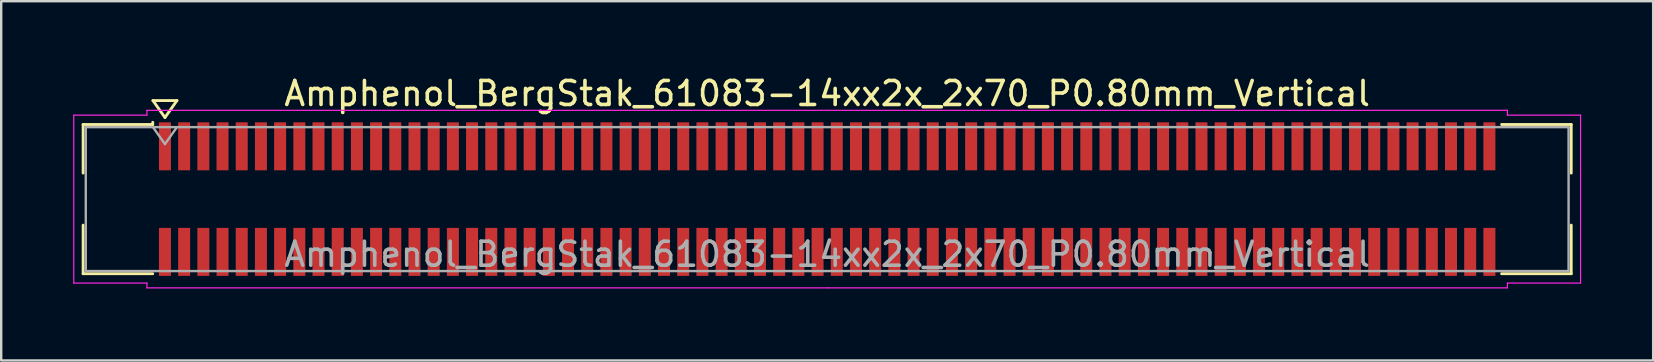
<source format=kicad_pcb>
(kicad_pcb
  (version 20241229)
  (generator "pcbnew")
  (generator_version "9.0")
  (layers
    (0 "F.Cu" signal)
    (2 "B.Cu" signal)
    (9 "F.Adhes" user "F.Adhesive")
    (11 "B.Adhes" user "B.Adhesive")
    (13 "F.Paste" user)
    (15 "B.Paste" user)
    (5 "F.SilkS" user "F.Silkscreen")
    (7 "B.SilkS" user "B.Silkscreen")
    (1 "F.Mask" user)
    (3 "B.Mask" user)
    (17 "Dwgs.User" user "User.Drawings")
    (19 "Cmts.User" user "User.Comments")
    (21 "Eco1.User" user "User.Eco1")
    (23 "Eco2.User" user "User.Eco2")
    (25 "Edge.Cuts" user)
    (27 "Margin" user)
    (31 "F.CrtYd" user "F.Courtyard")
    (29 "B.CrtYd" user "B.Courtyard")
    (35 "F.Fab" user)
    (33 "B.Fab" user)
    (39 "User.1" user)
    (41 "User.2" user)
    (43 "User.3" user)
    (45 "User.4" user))
  (footprint "Amphenol_BergStak_61083-14xx2x_2x70_P0.80mm_Vertical"
    (layer "F.Cu")
    (at 31.425 5.248)
    (property "Reference" "Amphenol_BergStak_61083-14xx2x_2x70_P0.80mm_Vertical" (at 0 -4.4 0) (layer "F.SilkS") (effects (font (size 1 1) (thickness 0.15))))
    (attr smd)
    (fp_line (start -31.01 -3.11) (end -28.11 -3.11) (stroke (width 0.12) (type solid)) (layer "F.SilkS"))
    (fp_line (start -31.01 -1.085) (end -31.01 -3.11) (stroke (width 0.12) (type solid)) (layer "F.SilkS"))
    (fp_line (start -31.01 1.085) (end -31.01 3.11) (stroke (width 0.12) (type solid)) (layer "F.SilkS"))
    (fp_line (start -31.01 3.11) (end -28.11 3.11) (stroke (width 0.12) (type solid)) (layer "F.SilkS"))
    (fp_line (start -28.11 -3.11) (end -28.11 -3.2) (stroke (width 0.12) (type solid)) (layer "F.SilkS"))
    (fp_line (start -28.1 -4.107) (end -27.6 -3.4) (stroke (width 0.12) (type solid)) (layer "F.SilkS"))
    (fp_line (start -27.6 -3.4) (end -27.1 -4.107) (stroke (width 0.12) (type solid)) (layer "F.SilkS"))
    (fp_line (start -27.1 -4.107) (end -28.1 -4.107) (stroke (width 0.12) (type solid)) (layer "F.SilkS"))
    (fp_line (start 31.01 -3.11) (end 28.11 -3.11) (stroke (width 0.12) (type solid)) (layer "F.SilkS"))
    (fp_line (start 31.01 -1.085) (end 31.01 -3.11) (stroke (width 0.12) (type solid)) (layer "F.SilkS"))
    (fp_line (start 31.01 1.085) (end 31.01 3.11) (stroke (width 0.12) (type solid)) (layer "F.SilkS"))
    (fp_line (start 31.01 3.11) (end 28.11 3.11) (stroke (width 0.12) (type solid)) (layer "F.SilkS"))
    (fp_line (start -31.4 -3.5) (end -31.4 3.5) (stroke (width 0.05) (type solid)) (layer "F.CrtYd"))
    (fp_line (start -31.4 3.5) (end -28.35 3.5) (stroke (width 0.05) (type solid)) (layer "F.CrtYd"))
    (fp_line (start -28.35 -3.7) (end -28.35 -3.5) (stroke (width 0.05) (type solid)) (layer "F.CrtYd"))
    (fp_line (start -28.35 -3.5) (end -31.4 -3.5) (stroke (width 0.05) (type solid)) (layer "F.CrtYd"))
    (fp_line (start -28.35 3.5) (end -28.35 3.7) (stroke (width 0.05) (type solid)) (layer "F.CrtYd"))
    (fp_line (start -28.35 3.7) (end 0 3.7) (stroke (width 0.05) (type solid)) (layer "F.CrtYd"))
    (fp_line (start 0 -3.7) (end -28.35 -3.7) (stroke (width 0.05) (type solid)) (layer "F.CrtYd"))
    (fp_line (start 0 -3.7) (end 28.35 -3.7) (stroke (width 0.05) (type solid)) (layer "F.CrtYd"))
    (fp_line (start 28.35 -3.7) (end 28.35 -3.5) (stroke (width 0.05) (type solid)) (layer "F.CrtYd"))
    (fp_line (start 28.35 -3.5) (end 31.4 -3.5) (stroke (width 0.05) (type solid)) (layer "F.CrtYd"))
    (fp_line (start 28.35 3.5) (end 28.35 3.7) (stroke (width 0.05) (type solid)) (layer "F.CrtYd"))
    (fp_line (start 28.35 3.7) (end 0 3.7) (stroke (width 0.05) (type solid)) (layer "F.CrtYd"))
    (fp_line (start 31.4 -3.5) (end 31.4 3.5) (stroke (width 0.05) (type solid)) (layer "F.CrtYd"))
    (fp_line (start 31.4 3.5) (end 28.35 3.5) (stroke (width 0.05) (type solid)) (layer "F.CrtYd"))
    (fp_line (start -30.9 -3) (end -30.9 3) (stroke (width 0.1) (type solid)) (layer "F.Fab"))
    (fp_line (start -30.9 3) (end 30.9 3) (stroke (width 0.1) (type solid)) (layer "F.Fab"))
    (fp_line (start -28.1 -3) (end -27.6 -2.293) (stroke (width 0.1) (type solid)) (layer "F.Fab"))
    (fp_line (start -27.6 -2.293) (end -27.1 -3) (stroke (width 0.1) (type solid)) (layer "F.Fab"))
    (fp_line (start 30.9 -3) (end -30.9 -3) (stroke (width 0.1) (type solid)) (layer "F.Fab"))
    (fp_line (start 30.9 3) (end 30.9 -3) (stroke (width 0.1) (type solid)) (layer "F.Fab"))
    (fp_text user "${REFERENCE}" (at 0 2.3 0) (layer "F.Fab") (effects (font (size 1 1) (thickness 0.15))))
    (pad "1" smd rect (at -27.6 -2.2) (size 0.5 2) (layers "F.Cu" "F.Mask" "F.Paste"))
    (pad "2" smd rect (at -27.6 2.2) (size 0.5 2) (layers "F.Cu" "F.Mask" "F.Paste"))
    (pad "3" smd rect (at -26.8 -2.2) (size 0.5 2) (layers "F.Cu" "F.Mask" "F.Paste"))
    (pad "4" smd rect (at -26.8 2.2) (size 0.5 2) (layers "F.Cu" "F.Mask" "F.Paste"))
    (pad "5" smd rect (at -26 -2.2) (size 0.5 2) (layers "F.Cu" "F.Mask" "F.Paste"))
    (pad "6" smd rect (at -26 2.2) (size 0.5 2) (layers "F.Cu" "F.Mask" "F.Paste"))
    (pad "7" smd rect (at -25.2 -2.2) (size 0.5 2) (layers "F.Cu" "F.Mask" "F.Paste"))
    (pad "8" smd rect (at -25.2 2.2) (size 0.5 2) (layers "F.Cu" "F.Mask" "F.Paste"))
    (pad "9" smd rect (at -24.4 -2.2) (size 0.5 2) (layers "F.Cu" "F.Mask" "F.Paste"))
    (pad "10" smd rect (at -24.4 2.2) (size 0.5 2) (layers "F.Cu" "F.Mask" "F.Paste"))
    (pad "11" smd rect (at -23.6 -2.2) (size 0.5 2) (layers "F.Cu" "F.Mask" "F.Paste"))
    (pad "12" smd rect (at -23.6 2.2) (size 0.5 2) (layers "F.Cu" "F.Mask" "F.Paste"))
    (pad "13" smd rect (at -22.8 -2.2) (size 0.5 2) (layers "F.Cu" "F.Mask" "F.Paste"))
    (pad "14" smd rect (at -22.8 2.2) (size 0.5 2) (layers "F.Cu" "F.Mask" "F.Paste"))
    (pad "15" smd rect (at -22 -2.2) (size 0.5 2) (layers "F.Cu" "F.Mask" "F.Paste"))
    (pad "16" smd rect (at -22 2.2) (size 0.5 2) (layers "F.Cu" "F.Mask" "F.Paste"))
    (pad "17" smd rect (at -21.2 -2.2) (size 0.5 2) (layers "F.Cu" "F.Mask" "F.Paste"))
    (pad "18" smd rect (at -21.2 2.2) (size 0.5 2) (layers "F.Cu" "F.Mask" "F.Paste"))
    (pad "19" smd rect (at -20.4 -2.2) (size 0.5 2) (layers "F.Cu" "F.Mask" "F.Paste"))
    (pad "20" smd rect (at -20.4 2.2) (size 0.5 2) (layers "F.Cu" "F.Mask" "F.Paste"))
    (pad "21" smd rect (at -19.6 -2.2) (size 0.5 2) (layers "F.Cu" "F.Mask" "F.Paste"))
    (pad "22" smd rect (at -19.6 2.2) (size 0.5 2) (layers "F.Cu" "F.Mask" "F.Paste"))
    (pad "23" smd rect (at -18.8 -2.2) (size 0.5 2) (layers "F.Cu" "F.Mask" "F.Paste"))
    (pad "24" smd rect (at -18.8 2.2) (size 0.5 2) (layers "F.Cu" "F.Mask" "F.Paste"))
    (pad "25" smd rect (at -18 -2.2) (size 0.5 2) (layers "F.Cu" "F.Mask" "F.Paste"))
    (pad "26" smd rect (at -18 2.2) (size 0.5 2) (layers "F.Cu" "F.Mask" "F.Paste"))
    (pad "27" smd rect (at -17.2 -2.2) (size 0.5 2) (layers "F.Cu" "F.Mask" "F.Paste"))
    (pad "28" smd rect (at -17.2 2.2) (size 0.5 2) (layers "F.Cu" "F.Mask" "F.Paste"))
    (pad "29" smd rect (at -16.4 -2.2) (size 0.5 2) (layers "F.Cu" "F.Mask" "F.Paste"))
    (pad "30" smd rect (at -16.4 2.2) (size 0.5 2) (layers "F.Cu" "F.Mask" "F.Paste"))
    (pad "31" smd rect (at -15.6 -2.2) (size 0.5 2) (layers "F.Cu" "F.Mask" "F.Paste"))
    (pad "32" smd rect (at -15.6 2.2) (size 0.5 2) (layers "F.Cu" "F.Mask" "F.Paste"))
    (pad "33" smd rect (at -14.8 -2.2) (size 0.5 2) (layers "F.Cu" "F.Mask" "F.Paste"))
    (pad "34" smd rect (at -14.8 2.2) (size 0.5 2) (layers "F.Cu" "F.Mask" "F.Paste"))
    (pad "35" smd rect (at -14 -2.2) (size 0.5 2) (layers "F.Cu" "F.Mask" "F.Paste"))
    (pad "36" smd rect (at -14 2.2) (size 0.5 2) (layers "F.Cu" "F.Mask" "F.Paste"))
    (pad "37" smd rect (at -13.2 -2.2) (size 0.5 2) (layers "F.Cu" "F.Mask" "F.Paste"))
    (pad "38" smd rect (at -13.2 2.2) (size 0.5 2) (layers "F.Cu" "F.Mask" "F.Paste"))
    (pad "39" smd rect (at -12.4 -2.2) (size 0.5 2) (layers "F.Cu" "F.Mask" "F.Paste"))
    (pad "40" smd rect (at -12.4 2.2) (size 0.5 2) (layers "F.Cu" "F.Mask" "F.Paste"))
    (pad "41" smd rect (at -11.6 -2.2) (size 0.5 2) (layers "F.Cu" "F.Mask" "F.Paste"))
    (pad "42" smd rect (at -11.6 2.2) (size 0.5 2) (layers "F.Cu" "F.Mask" "F.Paste"))
    (pad "43" smd rect (at -10.8 -2.2) (size 0.5 2) (layers "F.Cu" "F.Mask" "F.Paste"))
    (pad "44" smd rect (at -10.8 2.2) (size 0.5 2) (layers "F.Cu" "F.Mask" "F.Paste"))
    (pad "45" smd rect (at -10 -2.2) (size 0.5 2) (layers "F.Cu" "F.Mask" "F.Paste"))
    (pad "46" smd rect (at -10 2.2) (size 0.5 2) (layers "F.Cu" "F.Mask" "F.Paste"))
    (pad "47" smd rect (at -9.2 -2.2) (size 0.5 2) (layers "F.Cu" "F.Mask" "F.Paste"))
    (pad "48" smd rect (at -9.2 2.2) (size 0.5 2) (layers "F.Cu" "F.Mask" "F.Paste"))
    (pad "49" smd rect (at -8.4 -2.2) (size 0.5 2) (layers "F.Cu" "F.Mask" "F.Paste"))
    (pad "50" smd rect (at -8.4 2.2) (size 0.5 2) (layers "F.Cu" "F.Mask" "F.Paste"))
    (pad "51" smd rect (at -7.6 -2.2) (size 0.5 2) (layers "F.Cu" "F.Mask" "F.Paste"))
    (pad "52" smd rect (at -7.6 2.2) (size 0.5 2) (layers "F.Cu" "F.Mask" "F.Paste"))
    (pad "53" smd rect (at -6.8 -2.2) (size 0.5 2) (layers "F.Cu" "F.Mask" "F.Paste"))
    (pad "54" smd rect (at -6.8 2.2) (size 0.5 2) (layers "F.Cu" "F.Mask" "F.Paste"))
    (pad "55" smd rect (at -6 -2.2) (size 0.5 2) (layers "F.Cu" "F.Mask" "F.Paste"))
    (pad "56" smd rect (at -6 2.2) (size 0.5 2) (layers "F.Cu" "F.Mask" "F.Paste"))
    (pad "57" smd rect (at -5.2 -2.2) (size 0.5 2) (layers "F.Cu" "F.Mask" "F.Paste"))
    (pad "58" smd rect (at -5.2 2.2) (size 0.5 2) (layers "F.Cu" "F.Mask" "F.Paste"))
    (pad "59" smd rect (at -4.4 -2.2) (size 0.5 2) (layers "F.Cu" "F.Mask" "F.Paste"))
    (pad "60" smd rect (at -4.4 2.2) (size 0.5 2) (layers "F.Cu" "F.Mask" "F.Paste"))
    (pad "61" smd rect (at -3.6 -2.2) (size 0.5 2) (layers "F.Cu" "F.Mask" "F.Paste"))
    (pad "62" smd rect (at -3.6 2.2) (size 0.5 2) (layers "F.Cu" "F.Mask" "F.Paste"))
    (pad "63" smd rect (at -2.8 -2.2) (size 0.5 2) (layers "F.Cu" "F.Mask" "F.Paste"))
    (pad "64" smd rect (at -2.8 2.2) (size 0.5 2) (layers "F.Cu" "F.Mask" "F.Paste"))
    (pad "65" smd rect (at -2 -2.2) (size 0.5 2) (layers "F.Cu" "F.Mask" "F.Paste"))
    (pad "66" smd rect (at -2 2.2) (size 0.5 2) (layers "F.Cu" "F.Mask" "F.Paste"))
    (pad "67" smd rect (at -1.2 -2.2) (size 0.5 2) (layers "F.Cu" "F.Mask" "F.Paste"))
    (pad "68" smd rect (at -1.2 2.2) (size 0.5 2) (layers "F.Cu" "F.Mask" "F.Paste"))
    (pad "69" smd rect (at -0.4 -2.2) (size 0.5 2) (layers "F.Cu" "F.Mask" "F.Paste"))
    (pad "70" smd rect (at -0.4 2.2) (size 0.5 2) (layers "F.Cu" "F.Mask" "F.Paste"))
    (pad "71" smd rect (at 0.4 -2.2) (size 0.5 2) (layers "F.Cu" "F.Mask" "F.Paste"))
    (pad "72" smd rect (at 0.4 2.2) (size 0.5 2) (layers "F.Cu" "F.Mask" "F.Paste"))
    (pad "73" smd rect (at 1.2 -2.2) (size 0.5 2) (layers "F.Cu" "F.Mask" "F.Paste"))
    (pad "74" smd rect (at 1.2 2.2) (size 0.5 2) (layers "F.Cu" "F.Mask" "F.Paste"))
    (pad "75" smd rect (at 2 -2.2) (size 0.5 2) (layers "F.Cu" "F.Mask" "F.Paste"))
    (pad "76" smd rect (at 2 2.2) (size 0.5 2) (layers "F.Cu" "F.Mask" "F.Paste"))
    (pad "77" smd rect (at 2.8 -2.2) (size 0.5 2) (layers "F.Cu" "F.Mask" "F.Paste"))
    (pad "78" smd rect (at 2.8 2.2) (size 0.5 2) (layers "F.Cu" "F.Mask" "F.Paste"))
    (pad "79" smd rect (at 3.6 -2.2) (size 0.5 2) (layers "F.Cu" "F.Mask" "F.Paste"))
    (pad "80" smd rect (at 3.6 2.2) (size 0.5 2) (layers "F.Cu" "F.Mask" "F.Paste"))
    (pad "81" smd rect (at 4.4 -2.2) (size 0.5 2) (layers "F.Cu" "F.Mask" "F.Paste"))
    (pad "82" smd rect (at 4.4 2.2) (size 0.5 2) (layers "F.Cu" "F.Mask" "F.Paste"))
    (pad "83" smd rect (at 5.2 -2.2) (size 0.5 2) (layers "F.Cu" "F.Mask" "F.Paste"))
    (pad "84" smd rect (at 5.2 2.2) (size 0.5 2) (layers "F.Cu" "F.Mask" "F.Paste"))
    (pad "85" smd rect (at 6 -2.2) (size 0.5 2) (layers "F.Cu" "F.Mask" "F.Paste"))
    (pad "86" smd rect (at 6 2.2) (size 0.5 2) (layers "F.Cu" "F.Mask" "F.Paste"))
    (pad "87" smd rect (at 6.8 -2.2) (size 0.5 2) (layers "F.Cu" "F.Mask" "F.Paste"))
    (pad "88" smd rect (at 6.8 2.2) (size 0.5 2) (layers "F.Cu" "F.Mask" "F.Paste"))
    (pad "89" smd rect (at 7.6 -2.2) (size 0.5 2) (layers "F.Cu" "F.Mask" "F.Paste"))
    (pad "90" smd rect (at 7.6 2.2) (size 0.5 2) (layers "F.Cu" "F.Mask" "F.Paste"))
    (pad "91" smd rect (at 8.4 -2.2) (size 0.5 2) (layers "F.Cu" "F.Mask" "F.Paste"))
    (pad "92" smd rect (at 8.4 2.2) (size 0.5 2) (layers "F.Cu" "F.Mask" "F.Paste"))
    (pad "93" smd rect (at 9.2 -2.2) (size 0.5 2) (layers "F.Cu" "F.Mask" "F.Paste"))
    (pad "94" smd rect (at 9.2 2.2) (size 0.5 2) (layers "F.Cu" "F.Mask" "F.Paste"))
    (pad "95" smd rect (at 10 -2.2) (size 0.5 2) (layers "F.Cu" "F.Mask" "F.Paste"))
    (pad "96" smd rect (at 10 2.2) (size 0.5 2) (layers "F.Cu" "F.Mask" "F.Paste"))
    (pad "97" smd rect (at 10.8 -2.2) (size 0.5 2) (layers "F.Cu" "F.Mask" "F.Paste"))
    (pad "98" smd rect (at 10.8 2.2) (size 0.5 2) (layers "F.Cu" "F.Mask" "F.Paste"))
    (pad "99" smd rect (at 11.6 -2.2) (size 0.5 2) (layers "F.Cu" "F.Mask" "F.Paste"))
    (pad "100" smd rect (at 11.6 2.2) (size 0.5 2) (layers "F.Cu" "F.Mask" "F.Paste"))
    (pad "101" smd rect (at 12.4 -2.2) (size 0.5 2) (layers "F.Cu" "F.Mask" "F.Paste"))
    (pad "102" smd rect (at 12.4 2.2) (size 0.5 2) (layers "F.Cu" "F.Mask" "F.Paste"))
    (pad "103" smd rect (at 13.2 -2.2) (size 0.5 2) (layers "F.Cu" "F.Mask" "F.Paste"))
    (pad "104" smd rect (at 13.2 2.2) (size 0.5 2) (layers "F.Cu" "F.Mask" "F.Paste"))
    (pad "105" smd rect (at 14 -2.2) (size 0.5 2) (layers "F.Cu" "F.Mask" "F.Paste"))
    (pad "106" smd rect (at 14 2.2) (size 0.5 2) (layers "F.Cu" "F.Mask" "F.Paste"))
    (pad "107" smd rect (at 14.8 -2.2) (size 0.5 2) (layers "F.Cu" "F.Mask" "F.Paste"))
    (pad "108" smd rect (at 14.8 2.2) (size 0.5 2) (layers "F.Cu" "F.Mask" "F.Paste"))
    (pad "109" smd rect (at 15.6 -2.2) (size 0.5 2) (layers "F.Cu" "F.Mask" "F.Paste"))
    (pad "110" smd rect (at 15.6 2.2) (size 0.5 2) (layers "F.Cu" "F.Mask" "F.Paste"))
    (pad "111" smd rect (at 16.4 -2.2) (size 0.5 2) (layers "F.Cu" "F.Mask" "F.Paste"))
    (pad "112" smd rect (at 16.4 2.2) (size 0.5 2) (layers "F.Cu" "F.Mask" "F.Paste"))
    (pad "113" smd rect (at 17.2 -2.2) (size 0.5 2) (layers "F.Cu" "F.Mask" "F.Paste"))
    (pad "114" smd rect (at 17.2 2.2) (size 0.5 2) (layers "F.Cu" "F.Mask" "F.Paste"))
    (pad "115" smd rect (at 18 -2.2) (size 0.5 2) (layers "F.Cu" "F.Mask" "F.Paste"))
    (pad "116" smd rect (at 18 2.2) (size 0.5 2) (layers "F.Cu" "F.Mask" "F.Paste"))
    (pad "117" smd rect (at 18.8 -2.2) (size 0.5 2) (layers "F.Cu" "F.Mask" "F.Paste"))
    (pad "118" smd rect (at 18.8 2.2) (size 0.5 2) (layers "F.Cu" "F.Mask" "F.Paste"))
    (pad "119" smd rect (at 19.6 -2.2) (size 0.5 2) (layers "F.Cu" "F.Mask" "F.Paste"))
    (pad "120" smd rect (at 19.6 2.2) (size 0.5 2) (layers "F.Cu" "F.Mask" "F.Paste"))
    (pad "121" smd rect (at 20.4 -2.2) (size 0.5 2) (layers "F.Cu" "F.Mask" "F.Paste"))
    (pad "122" smd rect (at 20.4 2.2) (size 0.5 2) (layers "F.Cu" "F.Mask" "F.Paste"))
    (pad "123" smd rect (at 21.2 -2.2) (size 0.5 2) (layers "F.Cu" "F.Mask" "F.Paste"))
    (pad "124" smd rect (at 21.2 2.2) (size 0.5 2) (layers "F.Cu" "F.Mask" "F.Paste"))
    (pad "125" smd rect (at 22 -2.2) (size 0.5 2) (layers "F.Cu" "F.Mask" "F.Paste"))
    (pad "126" smd rect (at 22 2.2) (size 0.5 2) (layers "F.Cu" "F.Mask" "F.Paste"))
    (pad "127" smd rect (at 22.8 -2.2) (size 0.5 2) (layers "F.Cu" "F.Mask" "F.Paste"))
    (pad "128" smd rect (at 22.8 2.2) (size 0.5 2) (layers "F.Cu" "F.Mask" "F.Paste"))
    (pad "129" smd rect (at 23.6 -2.2) (size 0.5 2) (layers "F.Cu" "F.Mask" "F.Paste"))
    (pad "130" smd rect (at 23.6 2.2) (size 0.5 2) (layers "F.Cu" "F.Mask" "F.Paste"))
    (pad "131" smd rect (at 24.4 -2.2) (size 0.5 2) (layers "F.Cu" "F.Mask" "F.Paste"))
    (pad "132" smd rect (at 24.4 2.2) (size 0.5 2) (layers "F.Cu" "F.Mask" "F.Paste"))
    (pad "133" smd rect (at 25.2 -2.2) (size 0.5 2) (layers "F.Cu" "F.Mask" "F.Paste"))
    (pad "134" smd rect (at 25.2 2.2) (size 0.5 2) (layers "F.Cu" "F.Mask" "F.Paste"))
    (pad "135" smd rect (at 26 -2.2) (size 0.5 2) (layers "F.Cu" "F.Mask" "F.Paste"))
    (pad "136" smd rect (at 26 2.2) (size 0.5 2) (layers "F.Cu" "F.Mask" "F.Paste"))
    (pad "137" smd rect (at 26.8 -2.2) (size 0.5 2) (layers "F.Cu" "F.Mask" "F.Paste"))
    (pad "138" smd rect (at 26.8 2.2) (size 0.5 2) (layers "F.Cu" "F.Mask" "F.Paste"))
    (pad "139" smd rect (at 27.6 -2.2) (size 0.5 2) (layers "F.Cu" "F.Mask" "F.Paste"))
    (pad "140" smd rect (at 27.6 2.2) (size 0.5 2) (layers "F.Cu" "F.Mask" "F.Paste")))
  (gr_rect
    (start -3 -3)
    (end 65.85 11.973)
    (stroke (width 0.1) (type default))
    (fill no)
    (layer "Edge.Cuts")))
</source>
